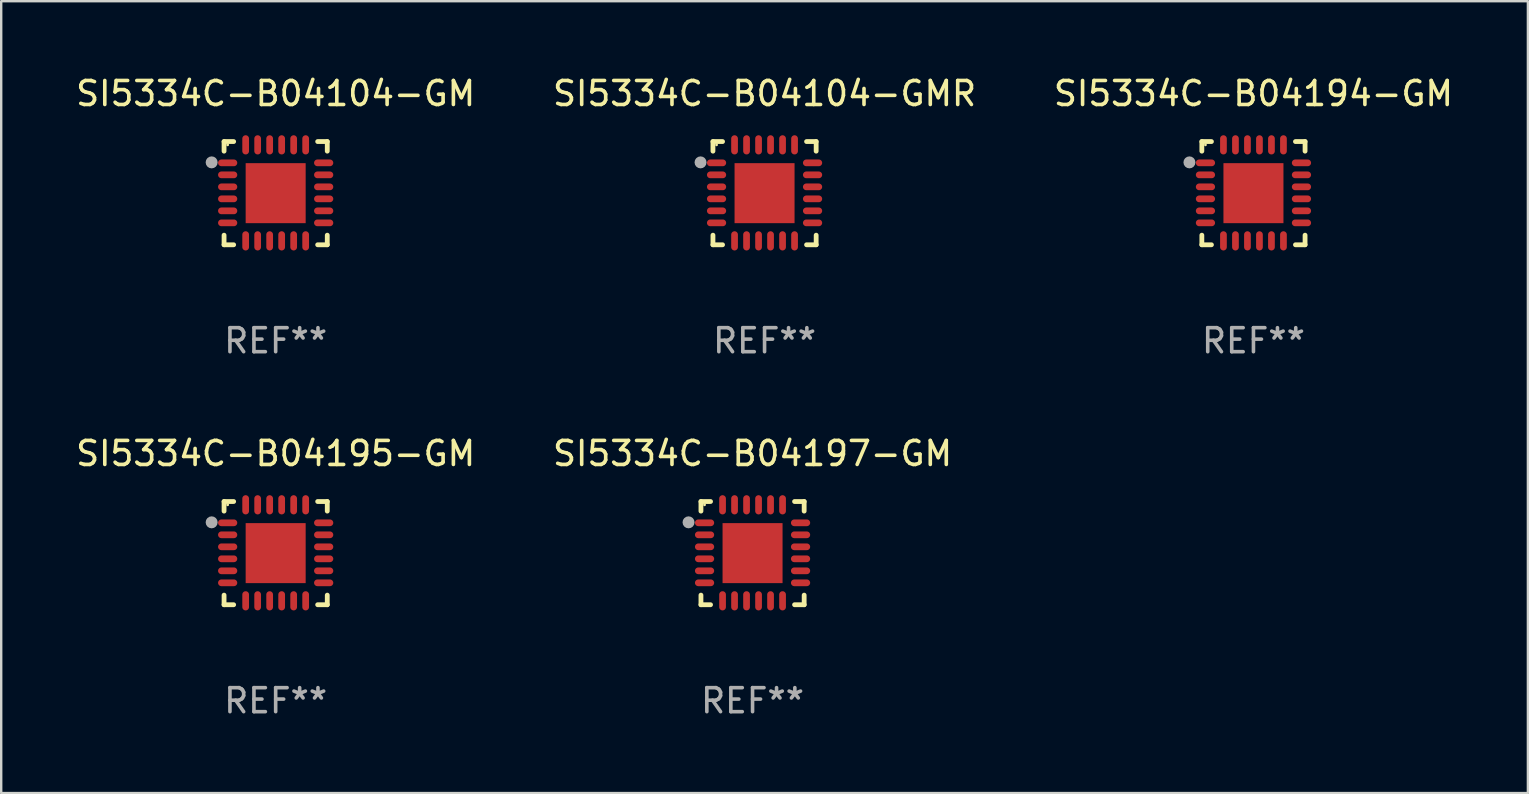
<source format=kicad_pcb>
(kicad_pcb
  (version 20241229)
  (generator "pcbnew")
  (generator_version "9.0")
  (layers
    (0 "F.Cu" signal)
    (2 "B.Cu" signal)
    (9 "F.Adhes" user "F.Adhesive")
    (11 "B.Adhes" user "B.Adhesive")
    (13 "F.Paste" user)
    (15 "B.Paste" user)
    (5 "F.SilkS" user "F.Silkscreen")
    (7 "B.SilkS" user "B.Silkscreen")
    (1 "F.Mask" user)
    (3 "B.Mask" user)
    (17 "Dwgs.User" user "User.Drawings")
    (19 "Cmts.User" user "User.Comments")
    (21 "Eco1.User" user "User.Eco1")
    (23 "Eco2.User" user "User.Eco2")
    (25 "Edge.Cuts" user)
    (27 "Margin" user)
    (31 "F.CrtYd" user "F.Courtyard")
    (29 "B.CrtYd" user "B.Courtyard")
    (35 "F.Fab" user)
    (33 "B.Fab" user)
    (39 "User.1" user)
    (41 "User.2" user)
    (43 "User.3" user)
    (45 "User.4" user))
  (footprint "SI5334C-B04195-GM"
    (layer "F.Cu")
    (at 8.435 19.995)
    (property "Reference" "SI5334C-B04195-GM" (at 0 -4.15 0) (layer "F.SilkS") (effects (font (size 1 1) (thickness 0.15))))
    (attr through_hole)
    (fp_line (start -2.15 -2.15) (end -1.75 -2.15) (stroke (width 0.2) (type solid)) (layer "F.SilkS"))
    (fp_line (start -2.15 -1.75) (end -2.15 -2.15) (stroke (width 0.2) (type solid)) (layer "F.SilkS"))
    (fp_line (start -2.15 2.15) (end -2.15 1.75) (stroke (width 0.2) (type solid)) (layer "F.SilkS"))
    (fp_line (start -1.75 2.15) (end -2.15 2.15) (stroke (width 0.2) (type solid)) (layer "F.SilkS"))
    (fp_line (start 1.75 -2.15) (end 2.15 -2.15) (stroke (width 0.2) (type solid)) (layer "F.SilkS"))
    (fp_line (start 1.75 2.15) (end 2.15 2.15) (stroke (width 0.2) (type solid)) (layer "F.SilkS"))
    (fp_line (start 2.15 -2.15) (end 2.15 -1.75) (stroke (width 0.2) (type solid)) (layer "F.SilkS"))
    (fp_line (start 2.15 2.15) (end 2.15 1.75) (stroke (width 0.2) (type solid)) (layer "F.SilkS"))
    (fp_circle (center -2 -2.013) (end -1.97 -2.013) (stroke (width 0.06) (type solid)) (fill no) (layer "F.SilkS"))
    (fp_circle (center -2.667 -1.283) (end -2.542 -1.283) (stroke (width 0.25) (type solid)) (fill no) (layer "F.Fab"))
    (fp_text user "REF**" (at 0 6.15 0) (layer "F.Fab") (effects (font (size 1 1) (thickness 0.15))))
    (pad "1" smd oval (at -2 -1.263) (size 0.8 0.28) (layers "F.Cu" "F.Mask" "F.Paste"))
    (pad "2" smd oval (at -2 -0.763) (size 0.8 0.28) (layers "F.Cu" "F.Mask" "F.Paste"))
    (pad "3" smd oval (at -2 -0.263) (size 0.8 0.28) (layers "F.Cu" "F.Mask" "F.Paste"))
    (pad "4" smd oval (at -2 0.237) (size 0.8 0.28) (layers "F.Cu" "F.Mask" "F.Paste"))
    (pad "5" smd oval (at -2 0.737) (size 0.8 0.28) (layers "F.Cu" "F.Mask" "F.Paste"))
    (pad "6" smd oval (at -2 1.237) (size 0.8 0.28) (layers "F.Cu" "F.Mask" "F.Paste"))
    (pad "7" smd oval (at -1.25 1.987) (size 0.28 0.8) (layers "F.Cu" "F.Mask" "F.Paste"))
    (pad "8" smd oval (at -0.75 1.987) (size 0.28 0.8) (layers "F.Cu" "F.Mask" "F.Paste"))
    (pad "9" smd oval (at -0.25 1.987) (size 0.28 0.8) (layers "F.Cu" "F.Mask" "F.Paste"))
    (pad "10" smd oval (at 0.25 1.987) (size 0.28 0.8) (layers "F.Cu" "F.Mask" "F.Paste"))
    (pad "11" smd oval (at 0.75 1.987) (size 0.28 0.8) (layers "F.Cu" "F.Mask" "F.Paste"))
    (pad "12" smd oval (at 1.25 1.987) (size 0.28 0.8) (layers "F.Cu" "F.Mask" "F.Paste"))
    (pad "13" smd oval (at 2 1.237) (size 0.8 0.28) (layers "F.Cu" "F.Mask" "F.Paste"))
    (pad "14" smd oval (at 2 0.737) (size 0.8 0.28) (layers "F.Cu" "F.Mask" "F.Paste"))
    (pad "15" smd oval (at 2 0.237) (size 0.8 0.28) (layers "F.Cu" "F.Mask" "F.Paste"))
    (pad "16" smd oval (at 2 -0.263) (size 0.8 0.28) (layers "F.Cu" "F.Mask" "F.Paste"))
    (pad "17" smd oval (at 2 -0.763) (size 0.8 0.28) (layers "F.Cu" "F.Mask" "F.Paste"))
    (pad "18" smd oval (at 2 -1.263) (size 0.8 0.28) (layers "F.Cu" "F.Mask" "F.Paste"))
    (pad "19" smd oval (at 1.25 -2.013) (size 0.28 0.8) (layers "F.Cu" "F.Mask" "F.Paste"))
    (pad "20" smd oval (at 0.75 -2.013) (size 0.28 0.8) (layers "F.Cu" "F.Mask" "F.Paste"))
    (pad "21" smd oval (at 0.25 -2.013) (size 0.28 0.8) (layers "F.Cu" "F.Mask" "F.Paste"))
    (pad "22" smd oval (at -0.25 -2.013) (size 0.28 0.8) (layers "F.Cu" "F.Mask" "F.Paste"))
    (pad "23" smd oval (at -0.75 -2.013) (size 0.28 0.8) (layers "F.Cu" "F.Mask" "F.Paste"))
    (pad "24" smd oval (at -1.25 -2.013) (size 0.28 0.8) (layers "F.Cu" "F.Mask" "F.Paste"))
    (pad "25" smd rect (at -0.000127 -0.00014) (size 2.5 2.5) (layers "F.Cu" "F.Mask" "F.Paste")))
  (footprint "SI5334C-B04194-GM"
    (layer "F.Cu")
    (at 49.173 4.998)
    (property "Reference" "SI5334C-B04194-GM" (at 0 -4.15 0) (layer "F.SilkS") (effects (font (size 1 1) (thickness 0.15))))
    (attr through_hole)
    (fp_line (start -2.15 -2.15) (end -1.75 -2.15) (stroke (width 0.2) (type solid)) (layer "F.SilkS"))
    (fp_line (start -2.15 -1.75) (end -2.15 -2.15) (stroke (width 0.2) (type solid)) (layer "F.SilkS"))
    (fp_line (start -2.15 2.15) (end -2.15 1.75) (stroke (width 0.2) (type solid)) (layer "F.SilkS"))
    (fp_line (start -1.75 2.15) (end -2.15 2.15) (stroke (width 0.2) (type solid)) (layer "F.SilkS"))
    (fp_line (start 1.75 -2.15) (end 2.15 -2.15) (stroke (width 0.2) (type solid)) (layer "F.SilkS"))
    (fp_line (start 1.75 2.15) (end 2.15 2.15) (stroke (width 0.2) (type solid)) (layer "F.SilkS"))
    (fp_line (start 2.15 -2.15) (end 2.15 -1.75) (stroke (width 0.2) (type solid)) (layer "F.SilkS"))
    (fp_line (start 2.15 2.15) (end 2.15 1.75) (stroke (width 0.2) (type solid)) (layer "F.SilkS"))
    (fp_circle (center -2 -2.013) (end -1.97 -2.013) (stroke (width 0.06) (type solid)) (fill no) (layer "F.SilkS"))
    (fp_circle (center -2.667 -1.283) (end -2.542 -1.283) (stroke (width 0.25) (type solid)) (fill no) (layer "F.Fab"))
    (fp_text user "REF**" (at 0 6.15 0) (layer "F.Fab") (effects (font (size 1 1) (thickness 0.15))))
    (pad "1" smd oval (at -2 -1.263) (size 0.8 0.28) (layers "F.Cu" "F.Mask" "F.Paste"))
    (pad "2" smd oval (at -2 -0.763) (size 0.8 0.28) (layers "F.Cu" "F.Mask" "F.Paste"))
    (pad "3" smd oval (at -2 -0.263) (size 0.8 0.28) (layers "F.Cu" "F.Mask" "F.Paste"))
    (pad "4" smd oval (at -2 0.237) (size 0.8 0.28) (layers "F.Cu" "F.Mask" "F.Paste"))
    (pad "5" smd oval (at -2 0.737) (size 0.8 0.28) (layers "F.Cu" "F.Mask" "F.Paste"))
    (pad "6" smd oval (at -2 1.237) (size 0.8 0.28) (layers "F.Cu" "F.Mask" "F.Paste"))
    (pad "7" smd oval (at -1.25 1.987) (size 0.28 0.8) (layers "F.Cu" "F.Mask" "F.Paste"))
    (pad "8" smd oval (at -0.75 1.987) (size 0.28 0.8) (layers "F.Cu" "F.Mask" "F.Paste"))
    (pad "9" smd oval (at -0.25 1.987) (size 0.28 0.8) (layers "F.Cu" "F.Mask" "F.Paste"))
    (pad "10" smd oval (at 0.25 1.987) (size 0.28 0.8) (layers "F.Cu" "F.Mask" "F.Paste"))
    (pad "11" smd oval (at 0.75 1.987) (size 0.28 0.8) (layers "F.Cu" "F.Mask" "F.Paste"))
    (pad "12" smd oval (at 1.25 1.987) (size 0.28 0.8) (layers "F.Cu" "F.Mask" "F.Paste"))
    (pad "13" smd oval (at 2 1.237) (size 0.8 0.28) (layers "F.Cu" "F.Mask" "F.Paste"))
    (pad "14" smd oval (at 2 0.737) (size 0.8 0.28) (layers "F.Cu" "F.Mask" "F.Paste"))
    (pad "15" smd oval (at 2 0.237) (size 0.8 0.28) (layers "F.Cu" "F.Mask" "F.Paste"))
    (pad "16" smd oval (at 2 -0.263) (size 0.8 0.28) (layers "F.Cu" "F.Mask" "F.Paste"))
    (pad "17" smd oval (at 2 -0.763) (size 0.8 0.28) (layers "F.Cu" "F.Mask" "F.Paste"))
    (pad "18" smd oval (at 2 -1.263) (size 0.8 0.28) (layers "F.Cu" "F.Mask" "F.Paste"))
    (pad "19" smd oval (at 1.25 -2.013) (size 0.28 0.8) (layers "F.Cu" "F.Mask" "F.Paste"))
    (pad "20" smd oval (at 0.75 -2.013) (size 0.28 0.8) (layers "F.Cu" "F.Mask" "F.Paste"))
    (pad "21" smd oval (at 0.25 -2.013) (size 0.28 0.8) (layers "F.Cu" "F.Mask" "F.Paste"))
    (pad "22" smd oval (at -0.25 -2.013) (size 0.28 0.8) (layers "F.Cu" "F.Mask" "F.Paste"))
    (pad "23" smd oval (at -0.75 -2.013) (size 0.28 0.8) (layers "F.Cu" "F.Mask" "F.Paste"))
    (pad "24" smd oval (at -1.25 -2.013) (size 0.28 0.8) (layers "F.Cu" "F.Mask" "F.Paste"))
    (pad "25" smd rect (at -0.000127 -0.00014) (size 2.5 2.5) (layers "F.Cu" "F.Mask" "F.Paste")))
  (footprint "SI5334C-B04104-GM"
    (layer "F.Cu")
    (at 8.435 4.998)
    (property "Reference" "SI5334C-B04104-GM" (at 0 -4.15 0) (layer "F.SilkS") (effects (font (size 1 1) (thickness 0.15))))
    (attr through_hole)
    (fp_line (start -2.15 -2.15) (end -1.75 -2.15) (stroke (width 0.2) (type solid)) (layer "F.SilkS"))
    (fp_line (start -2.15 -1.75) (end -2.15 -2.15) (stroke (width 0.2) (type solid)) (layer "F.SilkS"))
    (fp_line (start -2.15 2.15) (end -2.15 1.75) (stroke (width 0.2) (type solid)) (layer "F.SilkS"))
    (fp_line (start -1.75 2.15) (end -2.15 2.15) (stroke (width 0.2) (type solid)) (layer "F.SilkS"))
    (fp_line (start 1.75 -2.15) (end 2.15 -2.15) (stroke (width 0.2) (type solid)) (layer "F.SilkS"))
    (fp_line (start 1.75 2.15) (end 2.15 2.15) (stroke (width 0.2) (type solid)) (layer "F.SilkS"))
    (fp_line (start 2.15 -2.15) (end 2.15 -1.75) (stroke (width 0.2) (type solid)) (layer "F.SilkS"))
    (fp_line (start 2.15 2.15) (end 2.15 1.75) (stroke (width 0.2) (type solid)) (layer "F.SilkS"))
    (fp_circle (center -2 -2.013) (end -1.97 -2.013) (stroke (width 0.06) (type solid)) (fill no) (layer "F.SilkS"))
    (fp_circle (center -2.667 -1.283) (end -2.542 -1.283) (stroke (width 0.25) (type solid)) (fill no) (layer "F.Fab"))
    (fp_text user "REF**" (at 0 6.15 0) (layer "F.Fab") (effects (font (size 1 1) (thickness 0.15))))
    (pad "1" smd oval (at -2 -1.263) (size 0.8 0.28) (layers "F.Cu" "F.Mask" "F.Paste"))
    (pad "2" smd oval (at -2 -0.763) (size 0.8 0.28) (layers "F.Cu" "F.Mask" "F.Paste"))
    (pad "3" smd oval (at -2 -0.263) (size 0.8 0.28) (layers "F.Cu" "F.Mask" "F.Paste"))
    (pad "4" smd oval (at -2 0.237) (size 0.8 0.28) (layers "F.Cu" "F.Mask" "F.Paste"))
    (pad "5" smd oval (at -2 0.737) (size 0.8 0.28) (layers "F.Cu" "F.Mask" "F.Paste"))
    (pad "6" smd oval (at -2 1.237) (size 0.8 0.28) (layers "F.Cu" "F.Mask" "F.Paste"))
    (pad "7" smd oval (at -1.25 1.987) (size 0.28 0.8) (layers "F.Cu" "F.Mask" "F.Paste"))
    (pad "8" smd oval (at -0.75 1.987) (size 0.28 0.8) (layers "F.Cu" "F.Mask" "F.Paste"))
    (pad "9" smd oval (at -0.25 1.987) (size 0.28 0.8) (layers "F.Cu" "F.Mask" "F.Paste"))
    (pad "10" smd oval (at 0.25 1.987) (size 0.28 0.8) (layers "F.Cu" "F.Mask" "F.Paste"))
    (pad "11" smd oval (at 0.75 1.987) (size 0.28 0.8) (layers "F.Cu" "F.Mask" "F.Paste"))
    (pad "12" smd oval (at 1.25 1.987) (size 0.28 0.8) (layers "F.Cu" "F.Mask" "F.Paste"))
    (pad "13" smd oval (at 2 1.237) (size 0.8 0.28) (layers "F.Cu" "F.Mask" "F.Paste"))
    (pad "14" smd oval (at 2 0.737) (size 0.8 0.28) (layers "F.Cu" "F.Mask" "F.Paste"))
    (pad "15" smd oval (at 2 0.237) (size 0.8 0.28) (layers "F.Cu" "F.Mask" "F.Paste"))
    (pad "16" smd oval (at 2 -0.263) (size 0.8 0.28) (layers "F.Cu" "F.Mask" "F.Paste"))
    (pad "17" smd oval (at 2 -0.763) (size 0.8 0.28) (layers "F.Cu" "F.Mask" "F.Paste"))
    (pad "18" smd oval (at 2 -1.263) (size 0.8 0.28) (layers "F.Cu" "F.Mask" "F.Paste"))
    (pad "19" smd oval (at 1.25 -2.013) (size 0.28 0.8) (layers "F.Cu" "F.Mask" "F.Paste"))
    (pad "20" smd oval (at 0.75 -2.013) (size 0.28 0.8) (layers "F.Cu" "F.Mask" "F.Paste"))
    (pad "21" smd oval (at 0.25 -2.013) (size 0.28 0.8) (layers "F.Cu" "F.Mask" "F.Paste"))
    (pad "22" smd oval (at -0.25 -2.013) (size 0.28 0.8) (layers "F.Cu" "F.Mask" "F.Paste"))
    (pad "23" smd oval (at -0.75 -2.013) (size 0.28 0.8) (layers "F.Cu" "F.Mask" "F.Paste"))
    (pad "24" smd oval (at -1.25 -2.013) (size 0.28 0.8) (layers "F.Cu" "F.Mask" "F.Paste"))
    (pad "25" smd rect (at -0.000127 -0.00014) (size 2.5 2.5) (layers "F.Cu" "F.Mask" "F.Paste")))
  (footprint "SI5334C-B04104-GMR"
    (layer "F.Cu")
    (at 28.804 4.998)
    (property "Reference" "SI5334C-B04104-GMR" (at 0 -4.15 0) (layer "F.SilkS") (effects (font (size 1 1) (thickness 0.15))))
    (attr through_hole)
    (fp_line (start -2.15 -2.15) (end -1.75 -2.15) (stroke (width 0.2) (type solid)) (layer "F.SilkS"))
    (fp_line (start -2.15 -1.75) (end -2.15 -2.15) (stroke (width 0.2) (type solid)) (layer "F.SilkS"))
    (fp_line (start -2.15 2.15) (end -2.15 1.75) (stroke (width 0.2) (type solid)) (layer "F.SilkS"))
    (fp_line (start -1.75 2.15) (end -2.15 2.15) (stroke (width 0.2) (type solid)) (layer "F.SilkS"))
    (fp_line (start 1.75 -2.15) (end 2.15 -2.15) (stroke (width 0.2) (type solid)) (layer "F.SilkS"))
    (fp_line (start 1.75 2.15) (end 2.15 2.15) (stroke (width 0.2) (type solid)) (layer "F.SilkS"))
    (fp_line (start 2.15 -2.15) (end 2.15 -1.75) (stroke (width 0.2) (type solid)) (layer "F.SilkS"))
    (fp_line (start 2.15 2.15) (end 2.15 1.75) (stroke (width 0.2) (type solid)) (layer "F.SilkS"))
    (fp_circle (center -2 -2.013) (end -1.97 -2.013) (stroke (width 0.06) (type solid)) (fill no) (layer "F.SilkS"))
    (fp_circle (center -2.667 -1.283) (end -2.542 -1.283) (stroke (width 0.25) (type solid)) (fill no) (layer "F.Fab"))
    (fp_text user "REF**" (at 0 6.15 0) (layer "F.Fab") (effects (font (size 1 1) (thickness 0.15))))
    (pad "1" smd oval (at -2 -1.263) (size 0.8 0.28) (layers "F.Cu" "F.Mask" "F.Paste"))
    (pad "2" smd oval (at -2 -0.763) (size 0.8 0.28) (layers "F.Cu" "F.Mask" "F.Paste"))
    (pad "3" smd oval (at -2 -0.263) (size 0.8 0.28) (layers "F.Cu" "F.Mask" "F.Paste"))
    (pad "4" smd oval (at -2 0.237) (size 0.8 0.28) (layers "F.Cu" "F.Mask" "F.Paste"))
    (pad "5" smd oval (at -2 0.737) (size 0.8 0.28) (layers "F.Cu" "F.Mask" "F.Paste"))
    (pad "6" smd oval (at -2 1.237) (size 0.8 0.28) (layers "F.Cu" "F.Mask" "F.Paste"))
    (pad "7" smd oval (at -1.25 1.987) (size 0.28 0.8) (layers "F.Cu" "F.Mask" "F.Paste"))
    (pad "8" smd oval (at -0.75 1.987) (size 0.28 0.8) (layers "F.Cu" "F.Mask" "F.Paste"))
    (pad "9" smd oval (at -0.25 1.987) (size 0.28 0.8) (layers "F.Cu" "F.Mask" "F.Paste"))
    (pad "10" smd oval (at 0.25 1.987) (size 0.28 0.8) (layers "F.Cu" "F.Mask" "F.Paste"))
    (pad "11" smd oval (at 0.75 1.987) (size 0.28 0.8) (layers "F.Cu" "F.Mask" "F.Paste"))
    (pad "12" smd oval (at 1.25 1.987) (size 0.28 0.8) (layers "F.Cu" "F.Mask" "F.Paste"))
    (pad "13" smd oval (at 2 1.237) (size 0.8 0.28) (layers "F.Cu" "F.Mask" "F.Paste"))
    (pad "14" smd oval (at 2 0.737) (size 0.8 0.28) (layers "F.Cu" "F.Mask" "F.Paste"))
    (pad "15" smd oval (at 2 0.237) (size 0.8 0.28) (layers "F.Cu" "F.Mask" "F.Paste"))
    (pad "16" smd oval (at 2 -0.263) (size 0.8 0.28) (layers "F.Cu" "F.Mask" "F.Paste"))
    (pad "17" smd oval (at 2 -0.763) (size 0.8 0.28) (layers "F.Cu" "F.Mask" "F.Paste"))
    (pad "18" smd oval (at 2 -1.263) (size 0.8 0.28) (layers "F.Cu" "F.Mask" "F.Paste"))
    (pad "19" smd oval (at 1.25 -2.013) (size 0.28 0.8) (layers "F.Cu" "F.Mask" "F.Paste"))
    (pad "20" smd oval (at 0.75 -2.013) (size 0.28 0.8) (layers "F.Cu" "F.Mask" "F.Paste"))
    (pad "21" smd oval (at 0.25 -2.013) (size 0.28 0.8) (layers "F.Cu" "F.Mask" "F.Paste"))
    (pad "22" smd oval (at -0.25 -2.013) (size 0.28 0.8) (layers "F.Cu" "F.Mask" "F.Paste"))
    (pad "23" smd oval (at -0.75 -2.013) (size 0.28 0.8) (layers "F.Cu" "F.Mask" "F.Paste"))
    (pad "24" smd oval (at -1.25 -2.013) (size 0.28 0.8) (layers "F.Cu" "F.Mask" "F.Paste"))
    (pad "25" smd rect (at -0.000127 -0.00014) (size 2.5 2.5) (layers "F.Cu" "F.Mask" "F.Paste")))
  (footprint "SI5334C-B04197-GM"
    (layer "F.Cu")
    (at 28.304 19.995)
    (property "Reference" "SI5334C-B04197-GM" (at 0 -4.15 0) (layer "F.SilkS") (effects (font (size 1 1) (thickness 0.15))))
    (attr through_hole)
    (fp_line (start -2.15 -2.15) (end -1.75 -2.15) (stroke (width 0.2) (type solid)) (layer "F.SilkS"))
    (fp_line (start -2.15 -1.75) (end -2.15 -2.15) (stroke (width 0.2) (type solid)) (layer "F.SilkS"))
    (fp_line (start -2.15 2.15) (end -2.15 1.75) (stroke (width 0.2) (type solid)) (layer "F.SilkS"))
    (fp_line (start -1.75 2.15) (end -2.15 2.15) (stroke (width 0.2) (type solid)) (layer "F.SilkS"))
    (fp_line (start 1.75 -2.15) (end 2.15 -2.15) (stroke (width 0.2) (type solid)) (layer "F.SilkS"))
    (fp_line (start 1.75 2.15) (end 2.15 2.15) (stroke (width 0.2) (type solid)) (layer "F.SilkS"))
    (fp_line (start 2.15 -2.15) (end 2.15 -1.75) (stroke (width 0.2) (type solid)) (layer "F.SilkS"))
    (fp_line (start 2.15 2.15) (end 2.15 1.75) (stroke (width 0.2) (type solid)) (layer "F.SilkS"))
    (fp_circle (center -2 -2.013) (end -1.97 -2.013) (stroke (width 0.06) (type solid)) (fill no) (layer "F.SilkS"))
    (fp_circle (center -2.667 -1.283) (end -2.542 -1.283) (stroke (width 0.25) (type solid)) (fill no) (layer "F.Fab"))
    (fp_text user "REF**" (at 0 6.15 0) (layer "F.Fab") (effects (font (size 1 1) (thickness 0.15))))
    (pad "1" smd oval (at -2 -1.263) (size 0.8 0.28) (layers "F.Cu" "F.Mask" "F.Paste"))
    (pad "2" smd oval (at -2 -0.763) (size 0.8 0.28) (layers "F.Cu" "F.Mask" "F.Paste"))
    (pad "3" smd oval (at -2 -0.263) (size 0.8 0.28) (layers "F.Cu" "F.Mask" "F.Paste"))
    (pad "4" smd oval (at -2 0.237) (size 0.8 0.28) (layers "F.Cu" "F.Mask" "F.Paste"))
    (pad "5" smd oval (at -2 0.737) (size 0.8 0.28) (layers "F.Cu" "F.Mask" "F.Paste"))
    (pad "6" smd oval (at -2 1.237) (size 0.8 0.28) (layers "F.Cu" "F.Mask" "F.Paste"))
    (pad "7" smd oval (at -1.25 1.987) (size 0.28 0.8) (layers "F.Cu" "F.Mask" "F.Paste"))
    (pad "8" smd oval (at -0.75 1.987) (size 0.28 0.8) (layers "F.Cu" "F.Mask" "F.Paste"))
    (pad "9" smd oval (at -0.25 1.987) (size 0.28 0.8) (layers "F.Cu" "F.Mask" "F.Paste"))
    (pad "10" smd oval (at 0.25 1.987) (size 0.28 0.8) (layers "F.Cu" "F.Mask" "F.Paste"))
    (pad "11" smd oval (at 0.75 1.987) (size 0.28 0.8) (layers "F.Cu" "F.Mask" "F.Paste"))
    (pad "12" smd oval (at 1.25 1.987) (size 0.28 0.8) (layers "F.Cu" "F.Mask" "F.Paste"))
    (pad "13" smd oval (at 2 1.237) (size 0.8 0.28) (layers "F.Cu" "F.Mask" "F.Paste"))
    (pad "14" smd oval (at 2 0.737) (size 0.8 0.28) (layers "F.Cu" "F.Mask" "F.Paste"))
    (pad "15" smd oval (at 2 0.237) (size 0.8 0.28) (layers "F.Cu" "F.Mask" "F.Paste"))
    (pad "16" smd oval (at 2 -0.263) (size 0.8 0.28) (layers "F.Cu" "F.Mask" "F.Paste"))
    (pad "17" smd oval (at 2 -0.763) (size 0.8 0.28) (layers "F.Cu" "F.Mask" "F.Paste"))
    (pad "18" smd oval (at 2 -1.263) (size 0.8 0.28) (layers "F.Cu" "F.Mask" "F.Paste"))
    (pad "19" smd oval (at 1.25 -2.013) (size 0.28 0.8) (layers "F.Cu" "F.Mask" "F.Paste"))
    (pad "20" smd oval (at 0.75 -2.013) (size 0.28 0.8) (layers "F.Cu" "F.Mask" "F.Paste"))
    (pad "21" smd oval (at 0.25 -2.013) (size 0.28 0.8) (layers "F.Cu" "F.Mask" "F.Paste"))
    (pad "22" smd oval (at -0.25 -2.013) (size 0.28 0.8) (layers "F.Cu" "F.Mask" "F.Paste"))
    (pad "23" smd oval (at -0.75 -2.013) (size 0.28 0.8) (layers "F.Cu" "F.Mask" "F.Paste"))
    (pad "24" smd oval (at -1.25 -2.013) (size 0.28 0.8) (layers "F.Cu" "F.Mask" "F.Paste"))
    (pad "25" smd rect (at -0.000127 -0.00014) (size 2.5 2.5) (layers "F.Cu" "F.Mask" "F.Paste")))
  (gr_rect
    (start -3 -3)
    (end 60.607 29.993)
    (stroke (width 0.1) (type default))
    (fill no)
    (layer "Edge.Cuts")))
</source>
